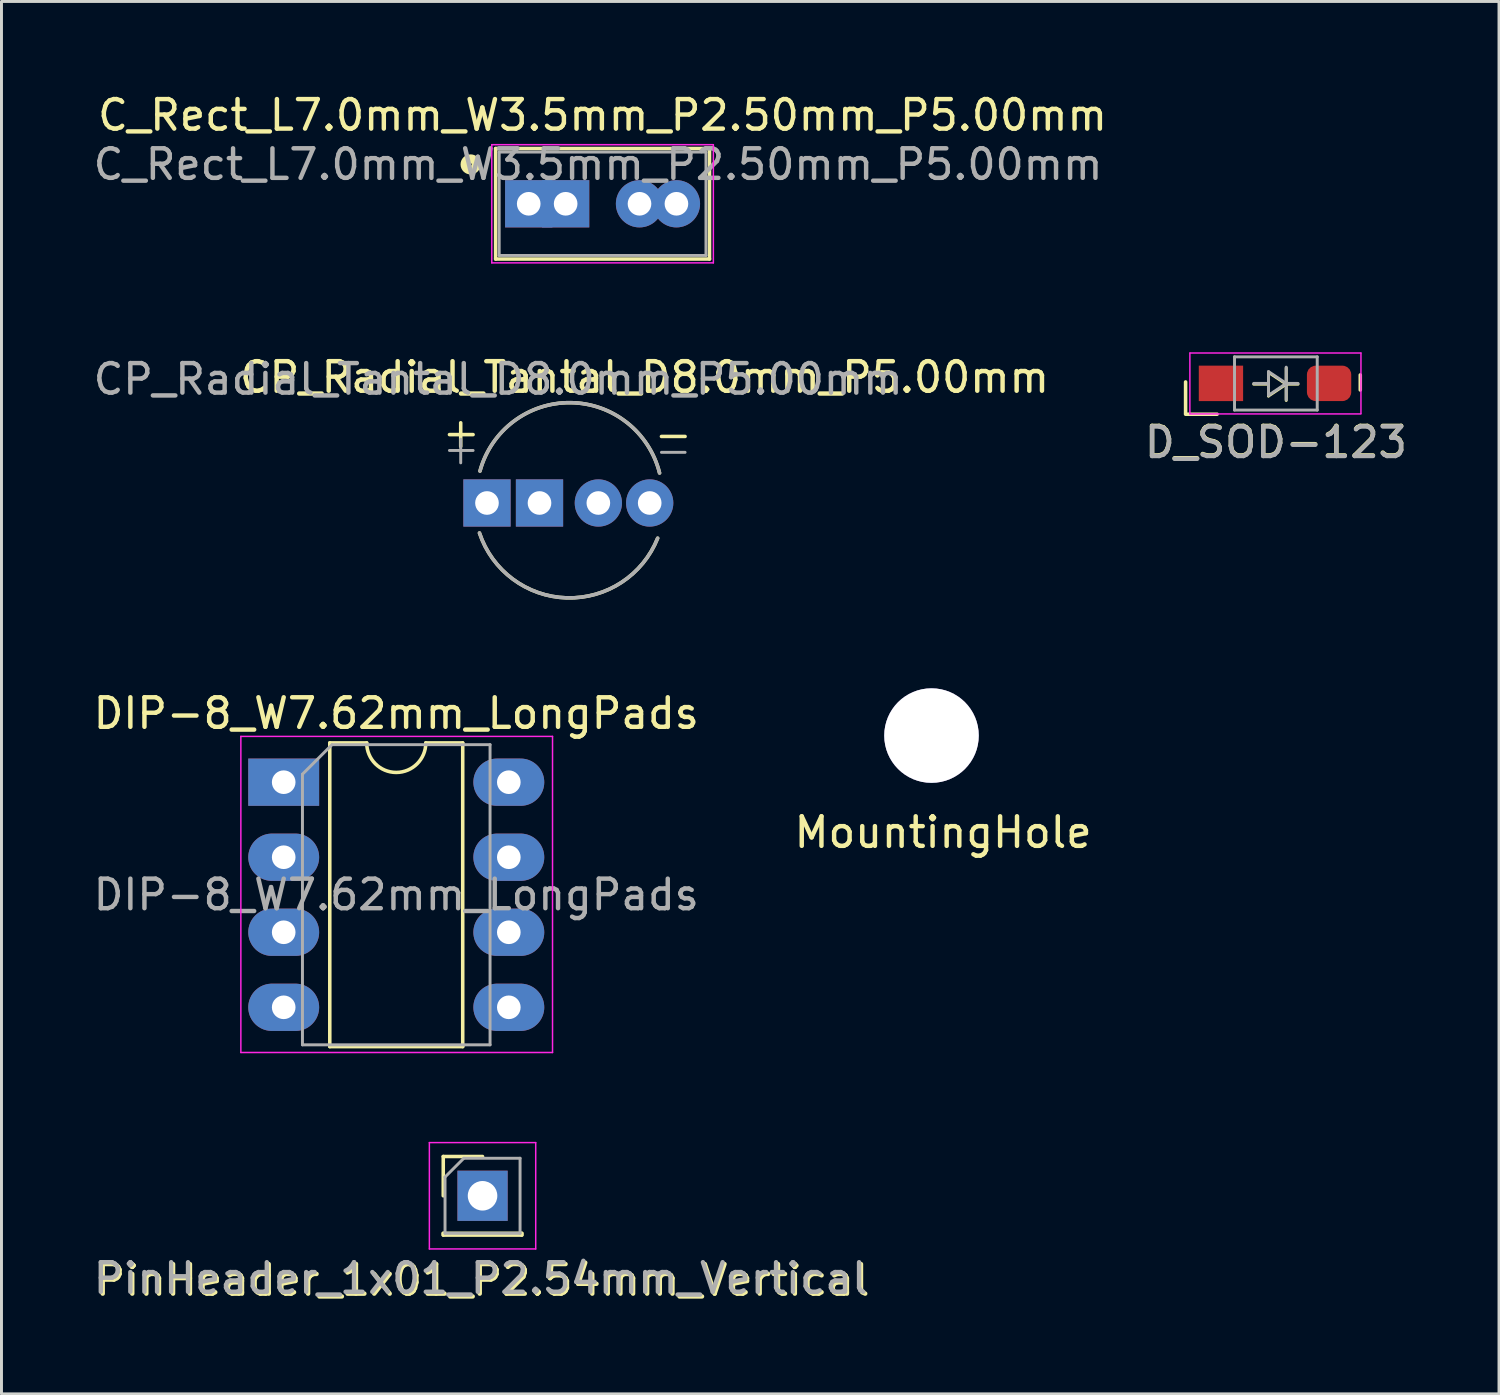
<source format=kicad_pcb>
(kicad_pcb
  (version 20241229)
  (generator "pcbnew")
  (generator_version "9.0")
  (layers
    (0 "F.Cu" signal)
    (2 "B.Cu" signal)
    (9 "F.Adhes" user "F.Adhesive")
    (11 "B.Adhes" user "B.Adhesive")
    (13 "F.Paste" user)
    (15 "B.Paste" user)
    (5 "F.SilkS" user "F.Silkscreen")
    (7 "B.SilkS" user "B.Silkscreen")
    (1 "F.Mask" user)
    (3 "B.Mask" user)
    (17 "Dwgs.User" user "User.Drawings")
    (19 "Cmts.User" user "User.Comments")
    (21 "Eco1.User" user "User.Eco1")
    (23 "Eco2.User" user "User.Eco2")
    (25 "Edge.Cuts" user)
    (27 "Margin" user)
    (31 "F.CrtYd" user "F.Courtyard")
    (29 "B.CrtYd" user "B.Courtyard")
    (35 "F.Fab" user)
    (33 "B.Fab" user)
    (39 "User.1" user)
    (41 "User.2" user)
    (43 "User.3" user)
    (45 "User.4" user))
  (footprint "DIP-8_W7.62mm_LongPads"
    (layer "F.Cu")
    (at 6.553 23.427)
    (property "Reference" "DIP-8_W7.62mm_LongPads" (at 3.81 -2.33 0) (layer "F.SilkS") (effects (font (size 1 1) (thickness 0.15))))
    (attr through_hole)
    (fp_line (start 1.56 -1.33) (end 1.56 8.95) (stroke (width 0.12) (type solid)) (layer "F.SilkS"))
    (fp_line (start 1.56 8.95) (end 6.06 8.95) (stroke (width 0.12) (type solid)) (layer "F.SilkS"))
    (fp_line (start 2.81 -1.33) (end 1.56 -1.33) (stroke (width 0.12) (type solid)) (layer "F.SilkS"))
    (fp_line (start 6.06 -1.33) (end 4.81 -1.33) (stroke (width 0.12) (type solid)) (layer "F.SilkS"))
    (fp_line (start 6.06 8.95) (end 6.06 -1.33) (stroke (width 0.12) (type solid)) (layer "F.SilkS"))
    (fp_arc (start 4.81 -1.33) (mid 3.81 -0.33) (end 2.81 -1.33) (stroke (width 0.12) (type solid)) (layer "F.SilkS"))
    (fp_line (start -1.45 -1.55) (end -1.45 9.15) (stroke (width 0.05) (type solid)) (layer "F.CrtYd"))
    (fp_line (start -1.45 9.15) (end 9.1 9.15) (stroke (width 0.05) (type solid)) (layer "F.CrtYd"))
    (fp_line (start 9.1 -1.55) (end -1.45 -1.55) (stroke (width 0.05) (type solid)) (layer "F.CrtYd"))
    (fp_line (start 9.1 9.15) (end 9.1 -1.55) (stroke (width 0.05) (type solid)) (layer "F.CrtYd"))
    (fp_line (start 0.635 -0.27) (end 1.635 -1.27) (stroke (width 0.1) (type solid)) (layer "F.Fab"))
    (fp_line (start 0.635 8.89) (end 0.635 -0.27) (stroke (width 0.1) (type solid)) (layer "F.Fab"))
    (fp_line (start 1.635 -1.27) (end 6.985 -1.27) (stroke (width 0.1) (type solid)) (layer "F.Fab"))
    (fp_line (start 6.985 -1.27) (end 6.985 8.89) (stroke (width 0.1) (type solid)) (layer "F.Fab"))
    (fp_line (start 6.985 8.89) (end 0.635 8.89) (stroke (width 0.1) (type solid)) (layer "F.Fab"))
    (fp_text user "${REFERENCE}" (at 3.81 3.81 0) (layer "F.Fab") (effects (font (size 1 1) (thickness 0.15))))
    (pad "1" thru_hole rect (at 0 0) (size 2.4 1.6) (drill 0.8) (layers "*.Cu" "*.Mask"))
    (pad "2" thru_hole oval (at 0 2.54) (size 2.4 1.6) (drill 0.8) (layers "*.Cu" "*.Mask"))
    (pad "3" thru_hole oval (at 0 5.08) (size 2.4 1.6) (drill 0.8) (layers "*.Cu" "*.Mask"))
    (pad "4" thru_hole oval (at 0 7.62) (size 2.4 1.6) (drill 0.8) (layers "*.Cu" "*.Mask"))
    (pad "5" thru_hole oval (at 7.62 7.62) (size 2.4 1.6) (drill 0.8) (layers "*.Cu" "*.Mask"))
    (pad "6" thru_hole oval (at 7.62 5.08) (size 2.4 1.6) (drill 0.8) (layers "*.Cu" "*.Mask"))
    (pad "7" thru_hole oval (at 7.62 2.54) (size 2.4 1.6) (drill 0.8) (layers "*.Cu" "*.Mask"))
    (pad "8" thru_hole oval (at 7.62 0) (size 2.4 1.6) (drill 0.8) (layers "*.Cu" "*.Mask")))
  (footprint "C_Rect_L7.0mm_W3.5mm_P2.50mm_P5.00mm"
    (layer "F.Cu")
    (at 14.847 3.848)
    (property "Reference" "C_Rect_L7.0mm_W3.5mm_P2.50mm_P5.00mm" (at 2.5 -3 0) (layer "F.SilkS") (effects (font (size 1 1) (thickness 0.15))))
    (attr through_hole)
    (fp_line (start -1.12 -1.87) (end -1.12 1.87) (stroke (width 0.12) (type solid)) (layer "F.SilkS"))
    (fp_line (start -1.12 -1.87) (end 6.12 -1.87) (stroke (width 0.12) (type solid)) (layer "F.SilkS"))
    (fp_line (start -1.12 1.87) (end 6.12 1.87) (stroke (width 0.12) (type solid)) (layer "F.SilkS"))
    (fp_line (start 6.12 -1.87) (end 6.12 1.87) (stroke (width 0.12) (type solid)) (layer "F.SilkS"))
    (fp_circle (center -1.968 -1.333) (end -1.778 -1.333) (stroke (width 0.3) (type solid)) (fill no) (layer "F.SilkS"))
    (fp_line (start -1.25 -2) (end -1.25 2) (stroke (width 0.05) (type solid)) (layer "F.CrtYd"))
    (fp_line (start -1.25 2) (end 6.25 2) (stroke (width 0.05) (type solid)) (layer "F.CrtYd"))
    (fp_line (start 6.25 -2) (end -1.25 -2) (stroke (width 0.05) (type solid)) (layer "F.CrtYd"))
    (fp_line (start 6.25 2) (end 6.25 -2) (stroke (width 0.05) (type solid)) (layer "F.CrtYd"))
    (fp_line (start -1 -1.75) (end -1 1.75) (stroke (width 0.1) (type solid)) (layer "F.Fab"))
    (fp_line (start -1 1.75) (end 6 1.75) (stroke (width 0.1) (type solid)) (layer "F.Fab"))
    (fp_line (start 6 -1.75) (end -1 -1.75) (stroke (width 0.1) (type solid)) (layer "F.Fab"))
    (fp_line (start 6 1.75) (end 6 -1.75) (stroke (width 0.1) (type solid)) (layer "F.Fab"))
    (fp_text user "${REFERENCE}" (at 2.349 -1.333 0) (layer "F.Fab") (effects (font (size 1 1) (thickness 0.15))))
    (pad "1" thru_hole rect (at 0 0) (size 1.6 1.6) (drill 0.8) (layers "*.Cu" "*.Mask"))
    (pad "1" thru_hole rect (at 1.25 0) (size 1.6 1.6) (drill 0.8) (layers "*.Cu" "*.Mask"))
    (pad "2" thru_hole circle (at 3.75 0) (size 1.6 1.6) (drill 0.8) (layers "*.Cu" "*.Mask"))
    (pad "2" thru_hole circle (at 5 0) (size 1.6 1.6) (drill 0.8) (layers "*.Cu" "*.Mask")))
  (footprint "MountingHole"
    (layer "F.Cu")
    (at 28.481 21.849)
    (property "Reference" "MountingHole" (at 0.394 3.277 0) (layer "F.SilkS") (effects (font (size 1 1) (thickness 0.15))))
    (attr through_hole)
    (pad "1" thru_hole circle (at 0 0) (size 3.2 3.2) (drill 3.2) (layers "*.Cu" "*.Mask")))
  (footprint "D_SOD-123"
    (layer "F.Cu")
    (at 40.214 9.993)
    (property "Reference" "D_SOD-123" (at -0.076 1.918 180) (layer "F.SilkS") (effects (font (size 1 1) (thickness 0.15))))
    (attr smd)
    (fp_line (start -3.132 -0.114) (end -3.132 0.953) (stroke (width 0.12) (type solid)) (layer "F.SilkS"))
    (fp_line (start -3.132 0.978) (end -2.065 0.978) (stroke (width 0.12) (type solid)) (layer "F.SilkS"))
    (fp_line (start -0.326 -0.438) (end 0.274 -0.038) (stroke (width 0.1) (type solid)) (layer "F.SilkS"))
    (fp_line (start -0.326 -0.038) (end -0.826 -0.038) (stroke (width 0.1) (type solid)) (layer "F.SilkS"))
    (fp_line (start -0.326 0.362) (end -0.326 -0.438) (stroke (width 0.1) (type solid)) (layer "F.SilkS"))
    (fp_line (start 0.274 -0.038) (end -0.326 0.362) (stroke (width 0.1) (type solid)) (layer "F.SilkS"))
    (fp_line (start 0.274 -0.038) (end 0.274 -0.588) (stroke (width 0.1) (type solid)) (layer "F.SilkS"))
    (fp_line (start 0.274 -0.038) (end 0.274 0.512) (stroke (width 0.1) (type solid)) (layer "F.SilkS"))
    (fp_line (start 0.674 -0.038) (end 0.274 -0.038) (stroke (width 0.1) (type solid)) (layer "F.SilkS"))
    (fp_line (start 2.781 -0.351) (end 2.781 0.157) (stroke (width 0.12) (type solid)) (layer "F.SilkS"))
    (fp_line (start -2.992 0.968) (end 2.799 0.968) (stroke (width 0.05) (type solid)) (layer "F.CrtYd"))
    (fp_line (start -2.987 0.955) (end -2.987 -1.095) (stroke (width 0.05) (type solid)) (layer "F.CrtYd"))
    (fp_line (start -2.979 -1.095) (end 2.802 -1.095) (stroke (width 0.05) (type solid)) (layer "F.CrtYd"))
    (fp_line (start 2.804 0.958) (end 2.804 -1.092) (stroke (width 0.05) (type solid)) (layer "F.CrtYd"))
    (fp_line (start -1.476 -0.964) (end 1.324 -0.964) (stroke (width 0.1) (type solid)) (layer "F.Fab"))
    (fp_line (start -1.476 0.837) (end -1.476 -0.964) (stroke (width 0.1) (type solid)) (layer "F.Fab"))
    (fp_line (start -0.326 -0.464) (end 0.274 -0.064) (stroke (width 0.1) (type solid)) (layer "F.Fab"))
    (fp_line (start -0.326 -0.064) (end -0.826 -0.064) (stroke (width 0.1) (type solid)) (layer "F.Fab"))
    (fp_line (start -0.326 0.337) (end -0.326 -0.464) (stroke (width 0.1) (type solid)) (layer "F.Fab"))
    (fp_line (start 0.274 -0.064) (end -0.326 0.337) (stroke (width 0.1) (type solid)) (layer "F.Fab"))
    (fp_line (start 0.274 -0.064) (end 0.274 -0.614) (stroke (width 0.1) (type solid)) (layer "F.Fab"))
    (fp_line (start 0.274 -0.064) (end 0.274 0.486) (stroke (width 0.1) (type solid)) (layer "F.Fab"))
    (fp_line (start 0.674 -0.064) (end 0.274 -0.064) (stroke (width 0.1) (type solid)) (layer "F.Fab"))
    (fp_line (start 1.324 -0.964) (end 1.324 0.837) (stroke (width 0.1) (type solid)) (layer "F.Fab"))
    (fp_line (start 1.324 0.837) (end -1.476 0.837) (stroke (width 0.1) (type solid)) (layer "F.Fab"))
    (fp_text user "${REFERENCE}" (at -0.076 1.937 180) (layer "F.Fab") (effects (font (size 1 1) (thickness 0.15))))
    (pad "1" smd rect (at -1.935 -0.066 180) (size 1.5 1.2) (layers "F.Cu" "F.Mask" "F.Paste"))
    (pad "2" smd roundrect (at 1.725 -0.066 180) (size 1.5 1.2) (layers "F.Cu" "F.Mask" "F.Paste") (roundrect_rratio 0.25)))
  (footprint "PinHeader_1x01_P2.54mm_Vertical"
    (layer "F.Cu")
    (at 13.284 37.427)
    (property "Reference" "PinHeader_1x01_P2.54mm_Vertical" (at 0 2.857 0) (layer "F.SilkS") (effects (font (size 1 1) (thickness 0.15))))
    (attr through_hole)
    (fp_line (start -1.33 -1.33) (end 0 -1.33) (stroke (width 0.12) (type solid)) (layer "F.SilkS"))
    (fp_line (start -1.33 0) (end -1.33 -1.33) (stroke (width 0.12) (type solid)) (layer "F.SilkS"))
    (fp_line (start -1.33 1.27) (end -1.33 1.33) (stroke (width 0.12) (type solid)) (layer "F.SilkS"))
    (fp_line (start -1.33 1.27) (end 1.33 1.27) (stroke (width 0.12) (type solid)) (layer "F.SilkS"))
    (fp_line (start -1.33 1.33) (end 1.33 1.33) (stroke (width 0.12) (type solid)) (layer "F.SilkS"))
    (fp_line (start 1.33 1.27) (end 1.33 1.33) (stroke (width 0.12) (type solid)) (layer "F.SilkS"))
    (fp_line (start -1.8 -1.8) (end -1.8 1.8) (stroke (width 0.05) (type solid)) (layer "F.CrtYd"))
    (fp_line (start -1.8 1.8) (end 1.8 1.8) (stroke (width 0.05) (type solid)) (layer "F.CrtYd"))
    (fp_line (start 1.8 -1.8) (end -1.8 -1.8) (stroke (width 0.05) (type solid)) (layer "F.CrtYd"))
    (fp_line (start 1.8 1.8) (end 1.8 -1.8) (stroke (width 0.05) (type solid)) (layer "F.CrtYd"))
    (fp_line (start -1.27 -0.635) (end -0.635 -1.27) (stroke (width 0.1) (type solid)) (layer "F.Fab"))
    (fp_line (start -1.27 1.27) (end -1.27 -0.635) (stroke (width 0.1) (type solid)) (layer "F.Fab"))
    (fp_line (start -0.635 -1.27) (end 1.27 -1.27) (stroke (width 0.1) (type solid)) (layer "F.Fab"))
    (fp_line (start 1.27 -1.27) (end 1.27 1.27) (stroke (width 0.1) (type solid)) (layer "F.Fab"))
    (fp_line (start 1.27 1.27) (end -1.27 1.27) (stroke (width 0.1) (type solid)) (layer "F.Fab"))
    (fp_text user "${REFERENCE}" (at -0.064 2.794 0) (layer "F.Fab") (effects (font (size 1 1) (thickness 0.15))))
    (pad "1" thru_hole rect (at 0 0) (size 1.7 1.7) (drill 1) (layers "*.Cu" "*.Mask")))
  (footprint "CP_Radial_Tantal_D8.0mm_P5.00mm"
    (layer "F.Cu")
    (at 13.688 13.976)
    (property "Reference" "CP_Radial_Tantal_D8.0mm_P5.00mm" (at 5.08 -4.255 0) (layer "F.SilkS") (effects (font (size 1 1) (thickness 0.15))))
    (attr through_hole)
    (fp_line (start -1.524 -2.315) (end -0.724 -2.315) (stroke (width 0.12) (type solid)) (layer "F.SilkS"))
    (fp_line (start -1.143 -2.715) (end -1.143 -1.915) (stroke (width 0.12) (type solid)) (layer "F.SilkS"))
    (fp_line (start 5.652 -2.252) (end 6.452 -2.252) (stroke (width 0.12) (type solid)) (layer "F.SilkS"))
    (fp_arc (start -0.4911 -1.080664) (mid 2.573418 -3.395628) (end 5.587999 -1.015999) (stroke (width 0.12) (type solid)) (layer "F.SilkS"))
    (fp_arc (start 5.523077 1.193232) (mid 2.445625 3.211486) (end -0.507999 1.015999) (stroke (width 0.12) (type solid)) (layer "F.SilkS"))
    (fp_line (start -1.524 -1.778) (end -0.724 -1.778) (stroke (width 0.1) (type solid)) (layer "F.Fab"))
    (fp_line (start -1.143 -2.159) (end -1.143 -1.359) (stroke (width 0.1) (type solid)) (layer "F.Fab"))
    (fp_line (start 5.652 -1.714) (end 6.452 -1.714) (stroke (width 0.1) (type solid)) (layer "F.Fab"))
    (fp_arc (start -0.490975 -1.081121) (mid 2.573655 -3.395625) (end 5.587999 -1.015999) (stroke (width 0.12) (type solid)) (layer "F.Fab"))
    (fp_arc (start 5.523834 1.191338) (mid 2.446645 3.211516) (end -0.507999 1.015999) (stroke (width 0.12) (type solid)) (layer "F.Fab"))
    (fp_text user "${REFERENCE}" (at 0.127 -4.191 0) (layer "F.Fab") (effects (font (size 1 1) (thickness 0.15))))
    (pad "1" thru_hole rect (at -0.254 0) (size 1.6 1.6) (drill 0.8) (layers "*.Cu" "*.Mask"))
    (pad "1" thru_hole rect (at 1.524 0) (size 1.6 1.6) (drill 0.8) (layers "*.Cu" "*.Mask"))
    (pad "2" thru_hole circle (at 3.516 0) (size 1.6 1.6) (drill 0.8) (layers "*.Cu" "*.Mask"))
    (pad "2" thru_hole circle (at 5.254 0) (size 1.6 1.6) (drill 0.8) (layers "*.Cu" "*.Mask")))
  (gr_rect
    (start -3 -3)
    (end 47.691 44.133)
    (stroke (width 0.1) (type default))
    (fill no)
    (layer "Edge.Cuts")))
</source>
